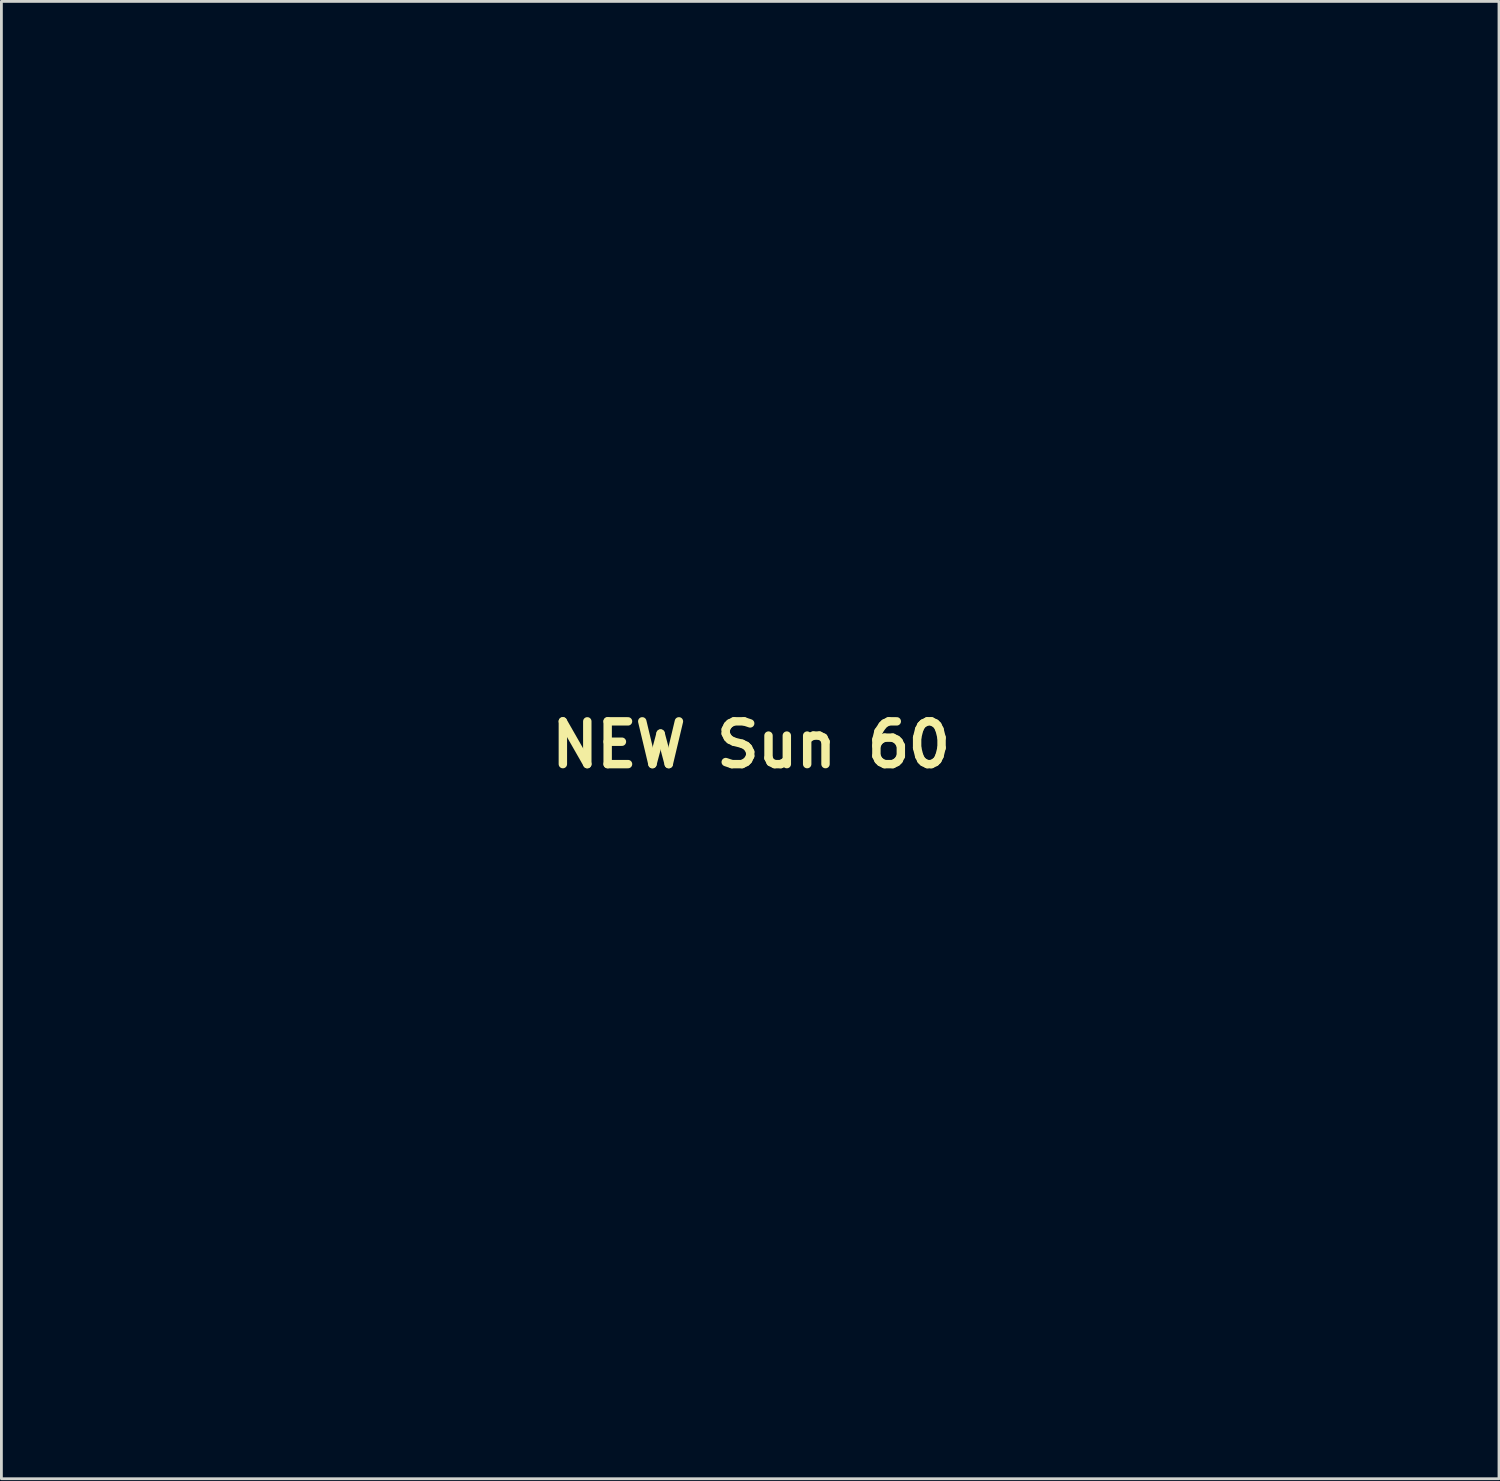
<source format=kicad_pcb>
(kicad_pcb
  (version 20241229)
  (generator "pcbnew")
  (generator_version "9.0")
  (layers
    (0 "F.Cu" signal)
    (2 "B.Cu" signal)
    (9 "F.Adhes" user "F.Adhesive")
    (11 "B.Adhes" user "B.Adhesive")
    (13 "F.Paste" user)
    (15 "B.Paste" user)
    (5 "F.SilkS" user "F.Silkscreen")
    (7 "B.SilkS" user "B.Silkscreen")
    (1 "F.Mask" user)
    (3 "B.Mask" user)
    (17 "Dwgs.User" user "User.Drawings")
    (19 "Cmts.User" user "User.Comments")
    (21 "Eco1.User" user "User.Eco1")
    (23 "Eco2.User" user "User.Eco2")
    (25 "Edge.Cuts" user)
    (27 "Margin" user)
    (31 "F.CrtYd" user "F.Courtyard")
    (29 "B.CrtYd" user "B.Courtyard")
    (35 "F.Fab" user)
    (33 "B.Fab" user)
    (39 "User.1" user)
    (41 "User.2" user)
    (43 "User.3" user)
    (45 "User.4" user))
  (footprint "NEW Sun 60"
    (layer "F.Cu")
    (at 23.726 23.497)
    (property "Reference" "NEW Sun 60" (at 0 0 0) (layer "F.SilkS") (effects (font (size 1.524 1.524) (thickness 0.3))))
    (attr board_only exclude_from_pos_files exclude_from_bom)
    (fp_poly (pts (xy -10.053 -5.163) (xy -9.676 -5.123) (xy -9.377 -5.062) (xy -9.02 -4.954) (xy -8.68 -4.81) (xy -8.357 -4.633) (xy -8.055 -4.424) (xy -7.776 -4.187) (xy -7.522 -3.923) (xy -7.295 -3.634) (xy -7.097 -3.323) (xy -6.93 -2.991) (xy -6.798 -2.641) (xy -6.753 -2.492) (xy -6.709 -2.318) (xy -6.677 -2.154) (xy -6.654 -1.986) (xy -6.639 -1.801) (xy -6.632 -1.631) (xy -6.638 -1.246) (xy -6.682 -0.874) (xy -6.764 -0.513) (xy -6.884 -0.164) (xy -7.043 0.176) (xy -7.24 0.505) (xy -7.463 0.804) (xy -7.714 1.078) (xy -7.993 1.324) (xy -8.295 1.54) (xy -8.617 1.726) (xy -8.958 1.878) (xy -9.314 1.996) (xy -9.662 2.073) (xy -9.734 2.083) (xy -9.832 2.092) (xy -9.95 2.1) (xy -10.078 2.106) (xy -10.208 2.112) (xy -10.333 2.115) (xy -10.442 2.116) (xy -10.53 2.115) (xy -10.586 2.111) (xy -10.588 2.111) (xy -10.631 2.104) (xy -10.701 2.094) (xy -10.784 2.083) (xy -10.809 2.08) (xy -11.157 2.015) (xy -11.498 1.912) (xy -11.828 1.774) (xy -12.144 1.603) (xy -12.443 1.402) (xy -12.722 1.172) (xy -12.977 0.916) (xy -13.207 0.636) (xy -13.408 0.334) (xy -13.577 0.013) (xy -13.592 -0.02) (xy -13.728 -0.371) (xy -13.827 -0.731) (xy -13.888 -1.098) (xy -13.913 -1.469) (xy -13.901 -1.839) (xy -13.852 -2.206) (xy -13.766 -2.565) (xy -13.644 -2.914) (xy -13.537 -3.148) (xy -13.353 -3.474) (xy -13.137 -3.778) (xy -12.892 -4.058) (xy -12.622 -4.311) (xy -12.328 -4.535) (xy -12.014 -4.728) (xy -11.682 -4.888) (xy -11.334 -5.013) (xy -11.189 -5.054) (xy -10.814 -5.128) (xy -10.434 -5.165)) (stroke (width 0) (type solid)) (fill yes) (layer "F.Mask"))
    (fp_poly (pts (xy 10.809 -5.129) (xy 11.176 -5.057) (xy 11.189 -5.054) (xy 11.541 -4.944) (xy 11.879 -4.799) (xy 12.198 -4.62) (xy 12.498 -4.411) (xy 12.775 -4.174) (xy 13.028 -3.91) (xy 13.253 -3.623) (xy 13.449 -3.314) (xy 13.613 -2.987) (xy 13.744 -2.643) (xy 13.809 -2.412) (xy 13.87 -2.097) (xy 13.905 -1.766) (xy 13.912 -1.434) (xy 13.892 -1.11) (xy 13.871 -0.953) (xy 13.792 -0.581) (xy 13.677 -0.225) (xy 13.528 0.113) (xy 13.348 0.432) (xy 13.137 0.73) (xy 12.898 1.004) (xy 12.633 1.253) (xy 12.344 1.475) (xy 12.032 1.668) (xy 11.699 1.83) (xy 11.348 1.959) (xy 10.98 2.053) (xy 10.869 2.074) (xy 10.798 2.084) (xy 10.701 2.092) (xy 10.584 2.1) (xy 10.457 2.107) (xy 10.327 2.112) (xy 10.204 2.115) (xy 10.094 2.116) (xy 10.007 2.115) (xy 9.951 2.111) (xy 9.948 2.111) (xy 9.905 2.104) (xy 9.836 2.094) (xy 9.752 2.083) (xy 9.728 2.08) (xy 9.389 2.017) (xy 9.054 1.916) (xy 8.727 1.781) (xy 8.412 1.612) (xy 8.113 1.413) (xy 7.833 1.186) (xy 7.577 0.934) (xy 7.348 0.659) (xy 7.24 0.505) (xy 7.042 0.174) (xy 6.883 -0.166) (xy 6.763 -0.516) (xy 6.681 -0.876) (xy 6.638 -1.249) (xy 6.632 -1.631) (xy 6.642 -1.838) (xy 6.658 -2.019) (xy 6.682 -2.185) (xy 6.717 -2.35) (xy 6.753 -2.492) (xy 6.873 -2.854) (xy 7.028 -3.198) (xy 7.216 -3.522) (xy 7.436 -3.823) (xy 7.687 -4.101) (xy 7.966 -4.353) (xy 8.272 -4.577) (xy 8.604 -4.771) (xy 8.658 -4.799) (xy 8.99 -4.943) (xy 9.338 -5.052) (xy 9.697 -5.125) (xy 10.065 -5.163) (xy 10.437 -5.164)) (stroke (width 0) (type solid)) (fill yes) (layer "F.Mask"))
    (fp_poly (pts (xy 16.805 3.33) (xy 16.843 3.373) (xy 16.903 3.444) (xy 16.985 3.539) (xy 17.085 3.659) (xy 17.204 3.8) (xy 17.339 3.962) (xy 17.49 4.142) (xy 17.654 4.338) (xy 17.83 4.55) (xy 18.017 4.774) (xy 18.212 5.01) (xy 18.416 5.254) (xy 18.626 5.507) (xy 18.84 5.765) (xy 19.058 6.028) (xy 19.277 6.292) (xy 19.496 6.557) (xy 19.715 6.821) (xy 19.93 7.082) (xy 20.141 7.337) (xy 20.347 7.586) (xy 20.545 7.827) (xy 20.735 8.057) (xy 20.915 8.275) (xy 21.083 8.479) (xy 21.237 8.667) (xy 21.378 8.838) (xy 21.502 8.99) (xy 21.608 9.121) (xy 21.696 9.229) (xy 21.763 9.312) (xy 21.808 9.369) (xy 21.829 9.397) (xy 21.831 9.4) (xy 21.828 9.415) (xy 21.802 9.423) (xy 21.744 9.425) (xy 21.714 9.425) (xy 21.681 9.424) (xy 21.61 9.423) (xy 21.503 9.422) (xy 21.362 9.42) (xy 21.19 9.419) (xy 20.988 9.416) (xy 20.759 9.414) (xy 20.504 9.411) (xy 20.226 9.408) (xy 19.927 9.405) (xy 19.609 9.402) (xy 19.274 9.399) (xy 18.924 9.395) (xy 18.561 9.391) (xy 18.188 9.388) (xy 18.004 9.386) (xy 17.624 9.382) (xy 17.253 9.378) (xy 16.892 9.374) (xy 16.544 9.371) (xy 16.21 9.367) (xy 15.894 9.364) (xy 15.597 9.361) (xy 15.322 9.358) (xy 15.07 9.355) (xy 14.845 9.352) (xy 14.647 9.35) (xy 14.48 9.348) (xy 14.345 9.346) (xy 14.245 9.345) (xy 14.182 9.344) (xy 14.167 9.343) (xy 13.913 9.337) (xy 15.345 6.335) (xy 15.5 6.008) (xy 15.652 5.691) (xy 15.797 5.386) (xy 15.937 5.094) (xy 16.069 4.818) (xy 16.193 4.558) (xy 16.308 4.318) (xy 16.413 4.1) (xy 16.507 3.904) (xy 16.589 3.733) (xy 16.659 3.588) (xy 16.715 3.473) (xy 16.756 3.388) (xy 16.782 3.335) (xy 16.792 3.317)) (stroke (width 0) (type solid)) (fill yes) (layer "F.Mask"))
    (fp_poly (pts (xy -15.234 6.626) (xy -15.071 6.95) (xy -14.913 7.264) (xy -14.761 7.567) (xy -14.615 7.856) (xy -14.478 8.13) (xy -14.349 8.386) (xy -14.23 8.624) (xy -14.121 8.841) (xy -14.024 9.035) (xy -13.939 9.204) (xy -13.868 9.347) (xy -13.811 9.462) (xy -13.769 9.547) (xy -13.743 9.599) (xy -13.735 9.618) (xy -13.735 9.618) (xy -13.755 9.619) (xy -13.813 9.621) (xy -13.906 9.625) (xy -14.032 9.629) (xy -14.189 9.634) (xy -14.374 9.641) (xy -14.585 9.648) (xy -14.82 9.655) (xy -15.076 9.664) (xy -15.352 9.672) (xy -15.644 9.682) (xy -15.95 9.692) (xy -16.269 9.702) (xy -16.597 9.712) (xy -16.932 9.723) (xy -17.273 9.734) (xy -17.616 9.745) (xy -17.96 9.756) (xy -18.302 9.767) (xy -18.639 9.777) (xy -18.97 9.788) (xy -19.292 9.798) (xy -19.603 9.808) (xy -19.9 9.817) (xy -20.181 9.826) (xy -20.445 9.834) (xy -20.687 9.841) (xy -20.907 9.848) (xy -21.101 9.854) (xy -21.268 9.859) (xy -21.404 9.863) (xy -21.509 9.866) (xy -21.579 9.867) (xy -21.612 9.868) (xy -21.613 9.868) (xy -21.646 9.861) (xy -21.644 9.843) (xy -21.63 9.824) (xy -21.592 9.775) (xy -21.532 9.699) (xy -21.451 9.596) (xy -21.352 9.47) (xy -21.235 9.321) (xy -21.102 9.152) (xy -20.955 8.965) (xy -20.794 8.761) (xy -20.622 8.542) (xy -20.439 8.31) (xy -20.248 8.068) (xy -20.049 7.816) (xy -19.845 7.557) (xy -19.636 7.292) (xy -19.424 7.024) (xy -19.211 6.754) (xy -18.998 6.484) (xy -18.787 6.216) (xy -18.578 5.952) (xy -18.374 5.693) (xy -18.175 5.442) (xy -17.984 5.2) (xy -17.802 4.97) (xy -17.63 4.752) (xy -17.469 4.55) (xy -17.322 4.364) (xy -17.19 4.196) (xy -17.073 4.049) (xy -16.974 3.925) (xy -16.895 3.824) (xy -16.835 3.75) (xy -16.798 3.703) (xy -16.784 3.687) (xy -16.74 3.64)) (stroke (width 0) (type solid)) (fill yes) (layer "F.Mask"))
    (fp_poly (pts (xy 18.08 -16.408) (xy 18.058 -16.354) (xy 18.021 -16.269) (xy 17.971 -16.153) (xy 17.908 -16.009) (xy 17.833 -15.84) (xy 17.748 -15.646) (xy 17.653 -15.431) (xy 17.549 -15.196) (xy 17.438 -14.944) (xy 17.319 -14.677) (xy 17.195 -14.396) (xy 17.066 -14.104) (xy 16.932 -13.804) (xy 16.796 -13.496) (xy 16.657 -13.184) (xy 16.517 -12.87) (xy 16.377 -12.555) (xy 16.238 -12.241) (xy 16.1 -11.932) (xy 15.965 -11.628) (xy 15.833 -11.333) (xy 15.706 -11.047) (xy 15.584 -10.775) (xy 15.469 -10.516) (xy 15.361 -10.274) (xy 15.261 -10.051) (xy 15.17 -9.848) (xy 15.09 -9.669) (xy 15.02 -9.515) (xy 14.963 -9.388) (xy 14.918 -9.29) (xy 14.887 -9.223) (xy 14.872 -9.19) (xy 14.87 -9.187) (xy 14.855 -9.202) (xy 14.815 -9.245) (xy 14.752 -9.316) (xy 14.667 -9.412) (xy 14.561 -9.532) (xy 14.435 -9.674) (xy 14.292 -9.837) (xy 14.131 -10.019) (xy 13.956 -10.219) (xy 13.766 -10.434) (xy 13.564 -10.665) (xy 13.351 -10.908) (xy 13.128 -11.163) (xy 12.897 -11.427) (xy 12.666 -11.691) (xy 12.428 -11.964) (xy 12.197 -12.228) (xy 11.975 -12.483) (xy 11.762 -12.726) (xy 11.561 -12.957) (xy 11.373 -13.173) (xy 11.198 -13.373) (xy 11.039 -13.556) (xy 10.897 -13.719) (xy 10.773 -13.862) (xy 10.669 -13.982) (xy 10.585 -14.079) (xy 10.524 -14.15) (xy 10.486 -14.193) (xy 10.473 -14.209) (xy 10.492 -14.215) (xy 10.546 -14.232) (xy 10.635 -14.259) (xy 10.755 -14.295) (xy 10.905 -14.34) (xy 11.083 -14.392) (xy 11.285 -14.452) (xy 11.51 -14.518) (xy 11.756 -14.59) (xy 12.02 -14.667) (xy 12.301 -14.75) (xy 12.595 -14.836) (xy 12.901 -14.925) (xy 13.216 -15.017) (xy 13.539 -15.111) (xy 13.867 -15.207) (xy 14.197 -15.303) (xy 14.529 -15.4) (xy 14.858 -15.495) (xy 15.183 -15.59) (xy 15.503 -15.683) (xy 15.814 -15.773) (xy 16.114 -15.86) (xy 16.402 -15.944) (xy 16.675 -16.023) (xy 16.93 -16.096) (xy 17.166 -16.165) (xy 17.38 -16.226) (xy 17.57 -16.281) (xy 17.734 -16.328) (xy 17.869 -16.366) (xy 17.974 -16.396) (xy 18.046 -16.416) (xy 18.083 -16.426) (xy 18.088 -16.426)) (stroke (width 0) (type solid)) (fill yes) (layer "F.Mask"))
    (fp_poly (pts (xy -18.187 -15.882) (xy -18.131 -15.868) (xy -18.04 -15.845) (xy -17.918 -15.813) (xy -17.766 -15.773) (xy -17.587 -15.726) (xy -17.382 -15.671) (xy -17.155 -15.611) (xy -16.907 -15.544) (xy -16.64 -15.473) (xy -16.358 -15.398) (xy -16.061 -15.318) (xy -15.753 -15.235) (xy -15.436 -15.15) (xy -15.111 -15.063) (xy -14.782 -14.974) (xy -14.45 -14.885) (xy -14.118 -14.795) (xy -13.787 -14.706) (xy -13.461 -14.618) (xy -13.141 -14.531) (xy -12.829 -14.447) (xy -12.529 -14.365) (xy -12.241 -14.287) (xy -11.969 -14.213) (xy -11.715 -14.144) (xy -11.48 -14.08) (xy -11.268 -14.022) (xy -11.08 -13.971) (xy -10.918 -13.926) (xy -10.786 -13.889) (xy -10.685 -13.861) (xy -10.617 -13.841) (xy -10.584 -13.831) (xy -10.582 -13.83) (xy -10.593 -13.814) (xy -10.629 -13.769) (xy -10.687 -13.698) (xy -10.765 -13.601) (xy -10.864 -13.482) (xy -10.979 -13.342) (xy -11.111 -13.183) (xy -11.258 -13.007) (xy -11.417 -12.816) (xy -11.587 -12.611) (xy -11.767 -12.396) (xy -11.955 -12.171) (xy -12.149 -11.939) (xy -12.347 -11.701) (xy -12.549 -11.46) (xy -12.752 -11.217) (xy -12.955 -10.975) (xy -13.156 -10.735) (xy -13.354 -10.5) (xy -13.546 -10.271) (xy -13.732 -10.05) (xy -13.909 -9.839) (xy -14.077 -9.64) (xy -14.233 -9.455) (xy -14.376 -9.287) (xy -14.503 -9.136) (xy -14.615 -9.005) (xy -14.708 -8.895) (xy -14.782 -8.81) (xy -14.834 -8.75) (xy -14.863 -8.717) (xy -14.869 -8.712) (xy -14.878 -8.729) (xy -14.904 -8.781) (xy -14.945 -8.866) (xy -15 -8.982) (xy -15.069 -9.127) (xy -15.151 -9.3) (xy -15.245 -9.499) (xy -15.35 -9.723) (xy -15.465 -9.968) (xy -15.59 -10.235) (xy -15.723 -10.52) (xy -15.865 -10.823) (xy -16.014 -11.141) (xy -16.169 -11.474) (xy -16.329 -11.818) (xy -16.494 -12.173) (xy -16.55 -12.292) (xy -16.716 -12.65) (xy -16.878 -12.998) (xy -17.034 -13.335) (xy -17.184 -13.658) (xy -17.327 -13.967) (xy -17.463 -14.259) (xy -17.589 -14.533) (xy -17.706 -14.787) (xy -17.813 -15.019) (xy -17.909 -15.227) (xy -17.993 -15.41) (xy -18.064 -15.566) (xy -18.122 -15.693) (xy -18.165 -15.789) (xy -18.194 -15.854) (xy -18.207 -15.884) (xy -18.207 -15.886)) (stroke (width 0) (type solid)) (fill yes) (layer "F.Mask"))
    (fp_poly (pts (xy 2.73 15.978) (xy 2.927 15.979) (xy 3.098 15.979) (xy 3.241 15.98) (xy 3.354 15.98) (xy 3.432 15.981) (xy 3.475 15.982) (xy 3.483 15.983) (xy 3.475 16.003) (xy 3.451 16.057) (xy 3.412 16.142) (xy 3.359 16.258) (xy 3.294 16.402) (xy 3.216 16.572) (xy 3.128 16.765) (xy 3.03 16.98) (xy 2.923 17.214) (xy 2.808 17.465) (xy 2.685 17.732) (xy 2.557 18.011) (xy 2.424 18.302) (xy 2.287 18.601) (xy 2.146 18.907) (xy 2.004 19.217) (xy 1.86 19.53) (xy 1.716 19.843) (xy 1.573 20.154) (xy 1.432 20.461) (xy 1.293 20.763) (xy 1.158 21.056) (xy 1.028 21.338) (xy 0.904 21.609) (xy 0.786 21.864) (xy 0.676 22.103) (xy 0.574 22.323) (xy 0.482 22.523) (xy 0.401 22.699) (xy 0.331 22.85) (xy 0.273 22.974) (xy 0.229 23.068) (xy 0.199 23.131) (xy 0.185 23.16) (xy 0.184 23.162) (xy 0.174 23.146) (xy 0.148 23.095) (xy 0.107 23.011) (xy 0.051 22.896) (xy -0.019 22.752) (xy -0.102 22.58) (xy -0.196 22.382) (xy -0.302 22.16) (xy -0.419 21.916) (xy -0.545 21.651) (xy -0.68 21.366) (xy -0.824 21.065) (xy -0.974 20.747) (xy -1.131 20.416) (xy -1.293 20.073) (xy -1.46 19.719) (xy -1.519 19.594) (xy -1.688 19.236) (xy -1.851 18.889) (xy -2.01 18.552) (xy -2.162 18.229) (xy -2.307 17.921) (xy -2.444 17.63) (xy -2.572 17.356) (xy -2.69 17.103) (xy -2.799 16.872) (xy -2.896 16.664) (xy -2.981 16.481) (xy -3.054 16.325) (xy -3.113 16.198) (xy -3.157 16.102) (xy -3.186 16.037) (xy -3.2 16.007) (xy -3.2 16.005) (xy -3.179 16.003) (xy -3.121 16.002) (xy -3.028 16) (xy -2.902 15.999) (xy -2.746 15.997) (xy -2.564 15.996) (xy -2.356 15.995) (xy -2.126 15.993) (xy -1.877 15.992) (xy -1.61 15.99) (xy -1.329 15.989) (xy -1.036 15.988) (xy -0.733 15.986) (xy -0.423 15.985) (xy -0.108 15.984) (xy 0.209 15.983) (xy 0.525 15.982) (xy 0.837 15.981) (xy 1.145 15.98) (xy 1.444 15.98) (xy 1.733 15.979) (xy 2.008 15.979) (xy 2.268 15.979) (xy 2.509 15.978)) (stroke (width 0) (type solid)) (fill yes) (layer "F.Mask"))
    (fp_poly (pts (xy -11.747 11.922) (xy -11.698 11.95) (xy -11.618 11.995) (xy -11.511 12.056) (xy -11.378 12.134) (xy -11.222 12.225) (xy -11.044 12.329) (xy -10.847 12.445) (xy -10.634 12.571) (xy -10.405 12.706) (xy -10.164 12.849) (xy -9.912 12.998) (xy -9.653 13.152) (xy -9.387 13.31) (xy -9.117 13.47) (xy -8.845 13.632) (xy -8.574 13.793) (xy -8.305 13.953) (xy -8.041 14.111) (xy -7.784 14.265) (xy -7.537 14.413) (xy -7.3 14.555) (xy -7.077 14.689) (xy -6.869 14.813) (xy -6.68 14.928) (xy -6.51 15.03) (xy -6.362 15.12) (xy -6.239 15.195) (xy -6.142 15.255) (xy -6.074 15.298) (xy -6.036 15.323) (xy -6.029 15.328) (xy -6.045 15.341) (xy -6.092 15.374) (xy -6.168 15.427) (xy -6.272 15.499) (xy -6.401 15.588) (xy -6.554 15.694) (xy -6.728 15.813) (xy -6.922 15.946) (xy -7.133 16.091) (xy -7.361 16.247) (xy -7.602 16.411) (xy -7.855 16.584) (xy -8.118 16.764) (xy -8.39 16.949) (xy -8.667 17.139) (xy -8.949 17.331) (xy -9.233 17.524) (xy -9.518 17.718) (xy -9.801 17.911) (xy -10.081 18.101) (xy -10.355 18.287) (xy -10.622 18.469) (xy -10.879 18.644) (xy -11.126 18.811) (xy -11.36 18.97) (xy -11.578 19.118) (xy -11.78 19.254) (xy -11.963 19.378) (xy -12.125 19.487) (xy -12.264 19.581) (xy -12.379 19.658) (xy -12.467 19.716) (xy -12.527 19.756) (xy -12.556 19.774) (xy -12.559 19.776) (xy -12.568 19.759) (xy -12.57 19.73) (xy -12.568 19.707) (xy -12.562 19.646) (xy -12.552 19.549) (xy -12.539 19.421) (xy -12.523 19.261) (xy -12.504 19.074) (xy -12.483 18.86) (xy -12.458 18.624) (xy -12.432 18.366) (xy -12.404 18.089) (xy -12.374 17.796) (xy -12.342 17.489) (xy -12.309 17.171) (xy -12.276 16.842) (xy -12.241 16.507) (xy -12.206 16.167) (xy -12.171 15.825) (xy -12.136 15.483) (xy -12.101 15.143) (xy -12.066 14.808) (xy -12.032 14.479) (xy -11.999 14.161) (xy -11.967 13.853) (xy -11.937 13.56) (xy -11.908 13.283) (xy -11.881 13.025) (xy -11.857 12.788) (xy -11.834 12.574) (xy -11.815 12.386) (xy -11.798 12.227) (xy -11.784 12.097) (xy -11.774 12) (xy -11.767 11.939) (xy -11.764 11.915) (xy -11.764 11.915)) (stroke (width 0) (type solid)) (fill yes) (layer "F.Mask"))
    (fp_poly (pts (xy 11.825 11.617) (xy 11.829 11.627) (xy 11.832 11.649) (xy 11.841 11.708) (xy 11.856 11.802) (xy 11.876 11.928) (xy 11.9 12.085) (xy 11.929 12.27) (xy 11.962 12.48) (xy 11.999 12.714) (xy 12.04 12.969) (xy 12.083 13.242) (xy 12.129 13.532) (xy 12.177 13.836) (xy 12.227 14.152) (xy 12.278 14.477) (xy 12.331 14.809) (xy 12.384 15.146) (xy 12.438 15.485) (xy 12.492 15.825) (xy 12.545 16.162) (xy 12.598 16.495) (xy 12.65 16.821) (xy 12.7 17.139) (xy 12.749 17.444) (xy 12.795 17.736) (xy 12.839 18.012) (xy 12.88 18.269) (xy 12.918 18.506) (xy 12.952 18.72) (xy 12.982 18.908) (xy 13.008 19.069) (xy 13.029 19.2) (xy 13.045 19.299) (xy 13.056 19.363) (xy 13.06 19.39) (xy 13.06 19.39) (xy 13.063 19.425) (xy 13.056 19.435) (xy 13.037 19.424) (xy 12.986 19.394) (xy 12.904 19.346) (xy 12.793 19.279) (xy 12.654 19.196) (xy 12.489 19.098) (xy 12.299 18.984) (xy 12.087 18.857) (xy 11.853 18.717) (xy 11.6 18.565) (xy 11.33 18.402) (xy 11.043 18.23) (xy 10.741 18.048) (xy 10.427 17.859) (xy 10.101 17.663) (xy 9.766 17.461) (xy 9.668 17.402) (xy 9.33 17.199) (xy 9.001 17) (xy 8.684 16.809) (xy 8.378 16.625) (xy 8.087 16.449) (xy 7.811 16.283) (xy 7.553 16.127) (xy 7.314 15.982) (xy 7.095 15.85) (xy 6.899 15.731) (xy 6.727 15.627) (xy 6.58 15.538) (xy 6.46 15.466) (xy 6.37 15.41) (xy 6.309 15.374) (xy 6.282 15.356) (xy 6.28 15.355) (xy 6.295 15.343) (xy 6.341 15.309) (xy 6.416 15.257) (xy 6.518 15.186) (xy 6.645 15.099) (xy 6.794 14.996) (xy 6.965 14.879) (xy 7.153 14.75) (xy 7.359 14.61) (xy 7.578 14.461) (xy 7.81 14.303) (xy 8.052 14.139) (xy 8.302 13.969) (xy 8.558 13.795) (xy 8.818 13.619) (xy 9.08 13.442) (xy 9.341 13.265) (xy 9.6 13.09) (xy 9.854 12.918) (xy 10.102 12.75) (xy 10.341 12.589) (xy 10.57 12.435) (xy 10.785 12.29) (xy 10.986 12.155) (xy 11.169 12.032) (xy 11.333 11.923) (xy 11.476 11.827) (xy 11.596 11.748) (xy 11.69 11.686) (xy 11.757 11.642) (xy 11.794 11.619) (xy 11.8 11.616)) (stroke (width 0) (type solid)) (fill yes) (layer "F.Mask"))
    (fp_poly (pts (xy 16.138 -6.332) (xy 16.194 -6.316) (xy 16.285 -6.289) (xy 16.409 -6.252) (xy 16.563 -6.205) (xy 16.747 -6.149) (xy 16.958 -6.085) (xy 17.194 -6.012) (xy 17.454 -5.932) (xy 17.735 -5.845) (xy 18.037 -5.752) (xy 18.357 -5.653) (xy 18.693 -5.549) (xy 19.043 -5.44) (xy 19.406 -5.327) (xy 19.78 -5.211) (xy 19.905 -5.172) (xy 20.367 -5.028) (xy 20.792 -4.895) (xy 21.182 -4.773) (xy 21.538 -4.662) (xy 21.861 -4.561) (xy 22.151 -4.47) (xy 22.412 -4.387) (xy 22.644 -4.314) (xy 22.847 -4.249) (xy 23.025 -4.192) (xy 23.177 -4.143) (xy 23.306 -4.101) (xy 23.412 -4.065) (xy 23.497 -4.036) (xy 23.563 -4.013) (xy 23.61 -3.995) (xy 23.639 -3.983) (xy 23.653 -3.974) (xy 23.654 -3.971) (xy 23.635 -3.958) (xy 23.584 -3.925) (xy 23.504 -3.873) (xy 23.395 -3.803) (xy 23.261 -3.716) (xy 23.103 -3.615) (xy 22.923 -3.499) (xy 22.723 -3.371) (xy 22.506 -3.231) (xy 22.272 -3.081) (xy 22.024 -2.922) (xy 21.765 -2.756) (xy 21.495 -2.583) (xy 21.217 -2.405) (xy 20.934 -2.224) (xy 20.646 -2.039) (xy 20.356 -1.854) (xy 20.066 -1.668) (xy 19.778 -1.484) (xy 19.493 -1.302) (xy 19.215 -1.124) (xy 18.944 -0.951) (xy 18.683 -0.784) (xy 18.434 -0.625) (xy 18.198 -0.474) (xy 17.978 -0.334) (xy 17.776 -0.205) (xy 17.593 -0.089) (xy 17.433 0.014) (xy 17.295 0.101) (xy 17.183 0.172) (xy 17.099 0.225) (xy 17.045 0.26) (xy 17.021 0.274) (xy 17.021 0.274) (xy 17.003 0.263) (xy 16.988 0.222) (xy 16.987 0.216) (xy 16.98 0.173) (xy 16.969 0.093) (xy 16.953 -0.019) (xy 16.933 -0.162) (xy 16.91 -0.332) (xy 16.884 -0.529) (xy 16.854 -0.748) (xy 16.822 -0.988) (xy 16.787 -1.245) (xy 16.75 -1.518) (xy 16.712 -1.804) (xy 16.673 -2.101) (xy 16.632 -2.405) (xy 16.591 -2.714) (xy 16.55 -3.026) (xy 16.508 -3.338) (xy 16.467 -3.649) (xy 16.427 -3.954) (xy 16.388 -4.252) (xy 16.35 -4.54) (xy 16.313 -4.816) (xy 16.279 -5.076) (xy 16.247 -5.32) (xy 16.218 -5.543) (xy 16.192 -5.744) (xy 16.17 -5.92) (xy 16.151 -6.069) (xy 16.136 -6.187) (xy 16.125 -6.273) (xy 16.119 -6.324) (xy 16.118 -6.337)) (stroke (width 0) (type solid)) (fill yes) (layer "F.Mask"))
    (fp_poly (pts (xy 6.516 -23.495) (xy 6.517 -23.493) (xy 6.522 -23.472) (xy 6.531 -23.414) (xy 6.546 -23.319) (xy 6.567 -23.191) (xy 6.591 -23.031) (xy 6.621 -22.841) (xy 6.654 -22.623) (xy 6.691 -22.378) (xy 6.732 -22.11) (xy 6.777 -21.818) (xy 6.824 -21.507) (xy 6.874 -21.176) (xy 6.926 -20.829) (xy 6.98 -20.467) (xy 7.037 -20.092) (xy 7.094 -19.706) (xy 7.107 -19.621) (xy 7.165 -19.233) (xy 7.222 -18.855) (xy 7.277 -18.489) (xy 7.329 -18.137) (xy 7.38 -17.801) (xy 7.427 -17.483) (xy 7.472 -17.185) (xy 7.513 -16.909) (xy 7.551 -16.657) (xy 7.585 -16.431) (xy 7.615 -16.232) (xy 7.64 -16.062) (xy 7.661 -15.924) (xy 7.677 -15.82) (xy 7.687 -15.751) (xy 7.692 -15.719) (xy 7.692 -15.717) (xy 7.69 -15.681) (xy 7.668 -15.673) (xy 7.646 -15.679) (xy 7.587 -15.696) (xy 7.494 -15.722) (xy 7.369 -15.758) (xy 7.213 -15.804) (xy 7.029 -15.857) (xy 6.819 -15.919) (xy 6.584 -15.987) (xy 6.328 -16.063) (xy 6.051 -16.144) (xy 5.757 -16.231) (xy 5.446 -16.322) (xy 5.121 -16.418) (xy 4.784 -16.518) (xy 4.469 -16.611) (xy 4.123 -16.713) (xy 3.787 -16.812) (xy 3.464 -16.908) (xy 3.156 -17) (xy 2.864 -17.086) (xy 2.59 -17.168) (xy 2.336 -17.243) (xy 2.106 -17.312) (xy 1.899 -17.374) (xy 1.719 -17.428) (xy 1.568 -17.474) (xy 1.447 -17.51) (xy 1.359 -17.537) (xy 1.305 -17.554) (xy 1.288 -17.56) (xy 1.295 -17.579) (xy 1.324 -17.621) (xy 1.371 -17.679) (xy 1.414 -17.729) (xy 1.437 -17.755) (xy 1.485 -17.808) (xy 1.555 -17.888) (xy 1.647 -17.992) (xy 1.758 -18.118) (xy 1.887 -18.264) (xy 2.033 -18.43) (xy 2.194 -18.612) (xy 2.368 -18.81) (xy 2.554 -19.021) (xy 2.751 -19.244) (xy 2.956 -19.476) (xy 3.168 -19.717) (xy 3.386 -19.964) (xy 3.608 -20.216) (xy 3.832 -20.47) (xy 4.057 -20.726) (xy 4.282 -20.98) (xy 4.504 -21.232) (xy 4.722 -21.48) (xy 4.935 -21.722) (xy 5.141 -21.955) (xy 5.338 -22.179) (xy 5.526 -22.392) (xy 5.701 -22.591) (xy 5.863 -22.775) (xy 6.011 -22.942) (xy 6.142 -23.091) (xy 6.255 -23.219) (xy 6.348 -23.326) (xy 6.42 -23.408) (xy 6.47 -23.464) (xy 6.495 -23.493) (xy 6.498 -23.497)) (stroke (width 0) (type solid)) (fill yes) (layer "F.Mask"))
    (fp_poly (pts (xy -16.278 -5.944) (xy -16.276 -5.942) (xy -16.278 -5.919) (xy -16.282 -5.858) (xy -16.29 -5.763) (xy -16.301 -5.636) (xy -16.315 -5.479) (xy -16.332 -5.295) (xy -16.35 -5.086) (xy -16.371 -4.855) (xy -16.394 -4.605) (xy -16.418 -4.339) (xy -16.444 -4.057) (xy -16.471 -3.764) (xy -16.499 -3.462) (xy -16.527 -3.154) (xy -16.556 -2.841) (xy -16.585 -2.526) (xy -16.614 -2.213) (xy -16.643 -1.903) (xy -16.671 -1.6) (xy -16.699 -1.305) (xy -16.725 -1.021) (xy -16.75 -0.751) (xy -16.774 -0.498) (xy -16.796 -0.263) (xy -16.817 -0.05) (xy -16.835 0.139) (xy -16.851 0.302) (xy -16.864 0.435) (xy -16.874 0.537) (xy -16.881 0.604) (xy -16.885 0.635) (xy -16.885 0.636) (xy -16.897 0.67) (xy -16.909 0.679) (xy -16.927 0.669) (xy -16.979 0.64) (xy -17.061 0.592) (xy -17.173 0.527) (xy -17.313 0.446) (xy -17.48 0.349) (xy -17.671 0.238) (xy -17.885 0.113) (xy -18.12 -0.024) (xy -18.375 -0.173) (xy -18.647 -0.332) (xy -18.936 -0.501) (xy -19.24 -0.679) (xy -19.557 -0.864) (xy -19.885 -1.056) (xy -20.223 -1.254) (xy -20.33 -1.317) (xy -20.67 -1.516) (xy -21.001 -1.71) (xy -21.321 -1.898) (xy -21.628 -2.078) (xy -21.921 -2.25) (xy -22.198 -2.413) (xy -22.457 -2.565) (xy -22.697 -2.707) (xy -22.916 -2.836) (xy -23.112 -2.953) (xy -23.284 -3.055) (xy -23.431 -3.142) (xy -23.549 -3.213) (xy -23.639 -3.267) (xy -23.698 -3.303) (xy -23.725 -3.321) (xy -23.726 -3.322) (xy -23.707 -3.33) (xy -23.651 -3.35) (xy -23.561 -3.383) (xy -23.44 -3.427) (xy -23.287 -3.482) (xy -23.106 -3.547) (xy -22.898 -3.621) (xy -22.665 -3.705) (xy -22.409 -3.797) (xy -22.131 -3.896) (xy -21.833 -4.002) (xy -21.518 -4.115) (xy -21.186 -4.233) (xy -20.841 -4.357) (xy -20.483 -4.484) (xy -20.114 -4.616) (xy -19.999 -4.657) (xy -19.556 -4.814) (xy -19.149 -4.959) (xy -18.777 -5.092) (xy -18.437 -5.212) (xy -18.13 -5.322) (xy -17.852 -5.42) (xy -17.603 -5.508) (xy -17.382 -5.586) (xy -17.186 -5.655) (xy -17.013 -5.715) (xy -16.864 -5.766) (xy -16.736 -5.81) (xy -16.627 -5.847) (xy -16.536 -5.877) (xy -16.461 -5.901) (xy -16.402 -5.919) (xy -16.356 -5.933) (xy -16.322 -5.941) (xy -16.299 -5.946) (xy -16.285 -5.946)) (stroke (width 0) (type solid)) (fill yes) (layer "F.Mask"))
    (fp_poly (pts (xy -7.032 -23.445) (xy -7.017 -23.436) (xy -6.997 -23.419) (xy -6.968 -23.393) (xy -6.932 -23.358) (xy -6.886 -23.312) (xy -6.829 -23.255) (xy -6.761 -23.183) (xy -6.68 -23.098) (xy -6.585 -22.997) (xy -6.475 -22.879) (xy -6.348 -22.744) (xy -6.205 -22.589) (xy -6.043 -22.414) (xy -5.861 -22.218) (xy -5.659 -21.999) (xy -5.436 -21.756) (xy -5.189 -21.488) (xy -4.919 -21.194) (xy -4.623 -20.873) (xy -4.357 -20.583) (xy -4.089 -20.292) (xy -3.83 -20.009) (xy -3.579 -19.735) (xy -3.338 -19.472) (xy -3.108 -19.221) (xy -2.891 -18.983) (xy -2.688 -18.761) (xy -2.5 -18.554) (xy -2.328 -18.365) (xy -2.174 -18.195) (xy -2.04 -18.046) (xy -1.925 -17.919) (xy -1.832 -17.815) (xy -1.762 -17.735) (xy -1.716 -17.682) (xy -1.696 -17.656) (xy -1.695 -17.654) (xy -1.715 -17.647) (xy -1.771 -17.628) (xy -1.86 -17.599) (xy -1.981 -17.56) (xy -2.129 -17.512) (xy -2.304 -17.455) (xy -2.502 -17.392) (xy -2.722 -17.321) (xy -2.96 -17.245) (xy -3.215 -17.163) (xy -3.483 -17.077) (xy -3.763 -16.988) (xy -4.052 -16.896) (xy -4.348 -16.801) (xy -4.648 -16.706) (xy -4.95 -16.61) (xy -5.251 -16.514) (xy -5.548 -16.419) (xy -5.841 -16.326) (xy -6.125 -16.236) (xy -6.399 -16.149) (xy -6.661 -16.066) (xy -6.907 -15.988) (xy -7.135 -15.915) (xy -7.344 -15.85) (xy -7.53 -15.791) (xy -7.691 -15.74) (xy -7.824 -15.699) (xy -7.928 -15.666) (xy -8 -15.644) (xy -8.037 -15.633) (xy -8.042 -15.632) (xy -8.049 -15.65) (xy -8.049 -15.699) (xy -8.044 -15.747) (xy -8.04 -15.779) (xy -8.031 -15.848) (xy -8.018 -15.953) (xy -8 -16.091) (xy -7.978 -16.261) (xy -7.952 -16.461) (xy -7.923 -16.689) (xy -7.891 -16.942) (xy -7.855 -17.219) (xy -7.817 -17.517) (xy -7.776 -17.835) (xy -7.733 -18.17) (xy -7.688 -18.521) (xy -7.642 -18.886) (xy -7.594 -19.262) (xy -7.547 -19.625) (xy -7.498 -20.01) (xy -7.45 -20.384) (xy -7.403 -20.746) (xy -7.359 -21.093) (xy -7.316 -21.425) (xy -7.275 -21.738) (xy -7.237 -22.032) (xy -7.202 -22.303) (xy -7.17 -22.55) (xy -7.141 -22.771) (xy -7.115 -22.964) (xy -7.094 -23.128) (xy -7.076 -23.259) (xy -7.063 -23.357) (xy -7.054 -23.419) (xy -7.05 -23.442) (xy -7.048 -23.448) (xy -7.042 -23.449)) (stroke (width 0) (type solid)) (fill yes) (layer "F.Mask"))
    (fp_poly (pts (xy 1.123 -16.49) (xy 1.92 -16.415) (xy 1.962 -16.41) (xy 2.741 -16.296) (xy 3.511 -16.143) (xy 4.269 -15.952) (xy 5.016 -15.724) (xy 5.75 -15.461) (xy 6.468 -15.161) (xy 7.171 -14.828) (xy 7.857 -14.46) (xy 8.525 -14.059) (xy 9.172 -13.625) (xy 9.799 -13.16) (xy 10.404 -12.664) (xy 10.986 -12.138) (xy 11.542 -11.583) (xy 12.073 -10.998) (xy 12.577 -10.386) (xy 12.98 -9.848) (xy 13.426 -9.192) (xy 13.837 -8.518) (xy 14.212 -7.826) (xy 14.552 -7.118) (xy 14.856 -6.396) (xy 15.123 -5.66) (xy 15.354 -4.912) (xy 15.547 -4.153) (xy 15.704 -3.385) (xy 15.822 -2.609) (xy 15.902 -1.826) (xy 15.944 -1.037) (xy 15.947 -0.244) (xy 15.912 0.552) (xy 15.841 1.311) (xy 15.73 2.091) (xy 15.58 2.863) (xy 15.392 3.624) (xy 15.167 4.375) (xy 14.905 5.113) (xy 14.607 5.837) (xy 14.273 6.546) (xy 13.905 7.238) (xy 13.502 7.912) (xy 13.066 8.567) (xy 12.597 9.202) (xy 12.096 9.814) (xy 11.564 10.403) (xy 11.276 10.698) (xy 10.695 11.252) (xy 10.09 11.773) (xy 9.462 12.262) (xy 8.814 12.717) (xy 8.144 13.139) (xy 7.456 13.526) (xy 6.748 13.878) (xy 6.023 14.195) (xy 5.282 14.476) (xy 4.524 14.72) (xy 3.752 14.927) (xy 3.533 14.979) (xy 3.133 15.065) (xy 2.75 15.139) (xy 2.372 15.2) (xy 1.986 15.253) (xy 1.58 15.297) (xy 1.301 15.323) (xy 1.203 15.33) (xy 1.074 15.336) (xy 0.92 15.342) (xy 0.745 15.348) (xy 0.557 15.353) (xy 0.362 15.358) (xy 0.164 15.361) (xy -0.029 15.364) (xy -0.212 15.366) (xy -0.379 15.366) (xy -0.523 15.366) (xy -0.639 15.364) (xy -0.721 15.36) (xy -0.93 15.346) (xy -1.106 15.334) (xy -1.254 15.324) (xy -1.381 15.314) (xy -1.493 15.304) (xy -1.597 15.295) (xy -1.698 15.284) (xy -1.802 15.273) (xy -1.814 15.271) (xy -2.155 15.23) (xy -2.471 15.185) (xy -2.778 15.134) (xy -3.089 15.075) (xy -3.419 15.004) (xy -3.533 14.979) (xy -4.309 14.782) (xy -5.071 14.548) (xy -5.817 14.277) (xy -6.547 13.97) (xy -7.259 13.628) (xy -7.953 13.251) (xy -8.628 12.839) (xy -9.283 12.393) (xy -9.916 11.913) (xy -10.528 11.401) (xy -11.116 10.856) (xy -11.277 10.697) (xy -11.828 10.118) (xy -12.347 9.516) (xy -12.832 8.893) (xy -13.285 8.25) (xy -13.703 7.587) (xy -13.996 7.069) (xy -2.115 7.069) (xy -2.107 7.386) (xy -2.069 7.704) (xy -1.999 8.018) (xy -1.941 8.209) (xy -1.821 8.508) (xy -1.677 8.782) (xy -1.509 9.03) (xy -1.321 9.25) (xy -1.113 9.439) (xy -0.888 9.594) (xy -0.648 9.715) (xy -0.61 9.73) (xy -0.365 9.805) (xy -0.115 9.843) (xy 0.135 9.842) (xy 0.305 9.819) (xy 0.543 9.755) (xy 0.778 9.654) (xy 1.002 9.521) (xy 1.209 9.36) (xy 1.375 9.194) (xy 1.576 8.938) (xy 1.746 8.659) (xy 1.884 8.36) (xy 1.991 8.046) (xy 2.065 7.719) (xy 2.105 7.383) (xy 2.112 7.041) (xy 2.085 6.697) (xy 2.023 6.354) (xy 1.931 6.034) (xy 1.88 5.902) (xy 1.81 5.751) (xy 1.73 5.594) (xy 1.644 5.445) (xy 1.561 5.315) (xy 1.534 5.277) (xy 1.343 5.05) (xy 1.131 4.855) (xy 0.899 4.693) (xy 0.753 4.613) (xy 0.58 4.536) (xy 0.421 4.483) (xy 0.259 4.452) (xy 0.081 4.439) (xy 0 4.438) (xy -0.189 4.445) (xy -0.355 4.468) (xy -0.514 4.511) (xy -0.68 4.578) (xy -0.753 4.613) (xy -0.991 4.752) (xy -1.21 4.923) (xy -1.407 5.124) (xy -1.582 5.35) (xy -1.735 5.598) (xy -1.863 5.866) (xy -1.966 6.15) (xy -2.043 6.448) (xy -2.093 6.755) (xy -2.115 7.069) (xy -13.996 7.069) (xy -14.088 6.907) (xy -14.437 6.209) (xy -14.752 5.497) (xy -15.031 4.77) (xy -15.274 4.031) (xy -15.48 3.28) (xy -15.65 2.518) (xy -15.783 1.748) (xy -15.877 0.969) (xy -15.934 0.184) (xy -15.952 -0.607) (xy -15.93 -1.402) (xy -15.919 -1.551) (xy -15.1 -1.551) (xy -15.099 -1.34) (xy -15.094 -1.159) (xy -15.083 -0.997) (xy -15.067 -0.846) (xy -15.042 -0.694) (xy -15.009 -0.533) (xy -14.969 -0.36) (xy -14.847 0.05) (xy -14.69 0.446) (xy -14.498 0.826) (xy -14.273 1.188) (xy -14.018 1.529) (xy -13.735 1.847) (xy -13.425 2.14) (xy -13.091 2.405) (xy -12.734 2.64) (xy -12.356 2.843) (xy -12.168 2.929) (xy -11.846 3.051) (xy -11.508 3.154) (xy -11.166 3.232) (xy -10.849 3.281) (xy -10.756 3.292) (xy -10.671 3.301) (xy -10.607 3.309) (xy -10.588 3.311) (xy -10.523 3.315) (xy -10.427 3.316) (xy -10.307 3.314) (xy -10.174 3.311) (xy -10.035 3.305) (xy -9.9 3.298) (xy -9.776 3.29) (xy -9.673 3.281) (xy -9.618 3.274) (xy -9.218 3.201) (xy -8.839 3.099) (xy -8.469 2.965) (xy -8.156 2.824) (xy -7.767 2.612) (xy -7.403 2.369) (xy -7.066 2.099) (xy -6.756 1.801) (xy -6.475 1.477) (xy -6.225 1.13) (xy -6.005 0.761) (xy -5.818 0.371) (xy -5.665 -0.038) (xy -5.546 -0.463) (xy -5.471 -0.861) (xy -5.454 -1.008) (xy -5.442 -1.184) (xy -5.436 -1.377) (xy -5.435 -1.467) (xy 5.435 -1.467) (xy 5.439 -1.268) (xy 5.448 -1.083) (xy 5.462 -0.922) (xy 5.471 -0.861) (xy 5.557 -0.421) (xy 5.678 0.003) (xy 5.835 0.41) (xy 6.025 0.798) (xy 6.248 1.165) (xy 6.502 1.51) (xy 6.785 1.831) (xy 7.098 2.126) (xy 7.437 2.395) (xy 7.804 2.634) (xy 8.156 2.824) (xy 8.429 2.948) (xy 8.696 3.052) (xy 8.966 3.137) (xy 9.247 3.206) (xy 9.548 3.26) (xy 9.878 3.303) (xy 9.958 3.311) (xy 10.032 3.315) (xy 10.137 3.316) (xy 10.264 3.314) (xy 10.403 3.31) (xy 10.545 3.304) (xy 10.681 3.296) (xy 10.802 3.287) (xy 10.898 3.277) (xy 10.919 3.274) (xy 11.362 3.19) (xy 11.789 3.07) (xy 12.198 2.914) (xy 12.589 2.723) (xy 12.96 2.497) (xy 13.311 2.237) (xy 13.64 1.944) (xy 13.947 1.618) (xy 13.995 1.561) (xy 14.253 1.223) (xy 14.48 0.86) (xy 14.675 0.476) (xy 14.836 0.074) (xy 14.964 -0.345) (xy 15.055 -0.775) (xy 15.066 -0.841) (xy 15.082 -0.986) (xy 15.094 -1.16) (xy 15.101 -1.354) (xy 15.103 -1.556) (xy 15.099 -1.758) (xy 15.09 -1.947) (xy 15.076 -2.116) (xy 15.064 -2.212) (xy 14.978 -2.649) (xy 14.854 -3.073) (xy 14.693 -3.483) (xy 14.496 -3.877) (xy 14.265 -4.253) (xy 14.035 -4.564) (xy 13.752 -4.885) (xy 13.441 -5.179) (xy 13.105 -5.444) (xy 12.747 -5.679) (xy 12.37 -5.881) (xy 11.976 -6.051) (xy 11.568 -6.186) (xy 11.149 -6.284) (xy 10.722 -6.344) (xy 10.708 -6.346) (xy 10.528 -6.357) (xy 10.325 -6.361) (xy 10.111 -6.358) (xy 9.899 -6.349) (xy 9.702 -6.333) (xy 9.548 -6.314) (xy 9.122 -6.229) (xy 8.706 -6.105) (xy 8.302 -5.945) (xy 7.915 -5.749) (xy 7.545 -5.52) (xy 7.196 -5.258) (xy 6.871 -4.966) (xy 6.826 -4.92) (xy 6.53 -4.594) (xy 6.269 -4.246) (xy 6.041 -3.877) (xy 5.848 -3.487) (xy 5.688 -3.078) (xy 5.564 -2.648) (xy 5.474 -2.2) (xy 5.471 -2.182) (xy 5.454 -2.036) (xy 5.442 -1.861) (xy 5.436 -1.668) (xy 5.435 -1.467) (xy -5.435 -1.467) (xy -5.435 -1.579) (xy -5.439 -1.777) (xy -5.448 -1.961) (xy -5.463 -2.121) (xy -5.471 -2.182) (xy -5.56 -2.631) (xy -5.683 -3.061) (xy -5.841 -3.472) (xy -6.033 -3.862) (xy -6.259 -4.232) (xy -6.519 -4.581) (xy -6.813 -4.908) (xy -6.826 -4.92) (xy -7.15 -5.22) (xy -7.497 -5.488) (xy -7.865 -5.722) (xy -8.252 -5.922) (xy -8.656 -6.087) (xy -9.074 -6.214) (xy -9.302 -6.268) (xy -9.516 -6.308) (xy -9.731 -6.335) (xy -9.962 -6.353) (xy -10.098 -6.359) (xy -10.535 -6.355) (xy -10.965 -6.312) (xy -11.386 -6.232) (xy -11.795 -6.117) (xy -12.19 -5.966) (xy -12.57 -5.782) (xy -12.932 -5.565) (xy -13.274 -5.317) (xy -13.594 -5.04) (xy -13.891 -4.733) (xy -14.161 -4.399) (xy -14.403 -4.039) (xy -14.563 -3.755) (xy -14.735 -3.392) (xy -14.873 -3.02) (xy -14.982 -2.631) (xy -15.046 -2.322) (xy -15.063 -2.222) (xy -15.076 -2.133) (xy -15.086 -2.046) (xy -15.092 -1.955) (xy -15.096 -1.849) (xy -15.099 -1.72) (xy -15.1 -1.56) (xy -15.1 -1.551) (xy -15.919 -1.551) (xy -15.871 -2.192) (xy -15.772 -2.978) (xy -15.634 -3.755) (xy -15.459 -4.521) (xy -15.247 -5.275) (xy -14.999 -6.016) (xy -14.715 -6.742) (xy -14.395 -7.453) (xy -14.042 -8.147) (xy -13.655 -8.823) (xy -13.235 -9.48) (xy -12.783 -10.116) (xy -12.3 -10.731) (xy -11.786 -11.323) (xy -11.241 -11.891) (xy -10.667 -12.434) (xy -10.065 -12.95) (xy -9.434 -13.439) (xy -9.266 -13.562) (xy -8.611 -14.007) (xy -7.938 -14.417) (xy -7.247 -14.792) (xy -6.54 -15.131) (xy -5.818 -15.434) (xy -5.083 -15.701) (xy -4.336 -15.932) (xy -3.577 -16.125) (xy -2.81 -16.281) (xy -2.034 -16.4) (xy -1.251 -16.48) (xy -0.463 -16.522) (xy 0.329 -16.526)) (stroke (width 0) (type solid)) (fill yes) (layer "F.Mask")))
  (gr_rect
    (start -3 -3)
    (end 50.381 49.659)
    (stroke (width 0.1) (type default))
    (fill no)
    (layer "Edge.Cuts")))
</source>
